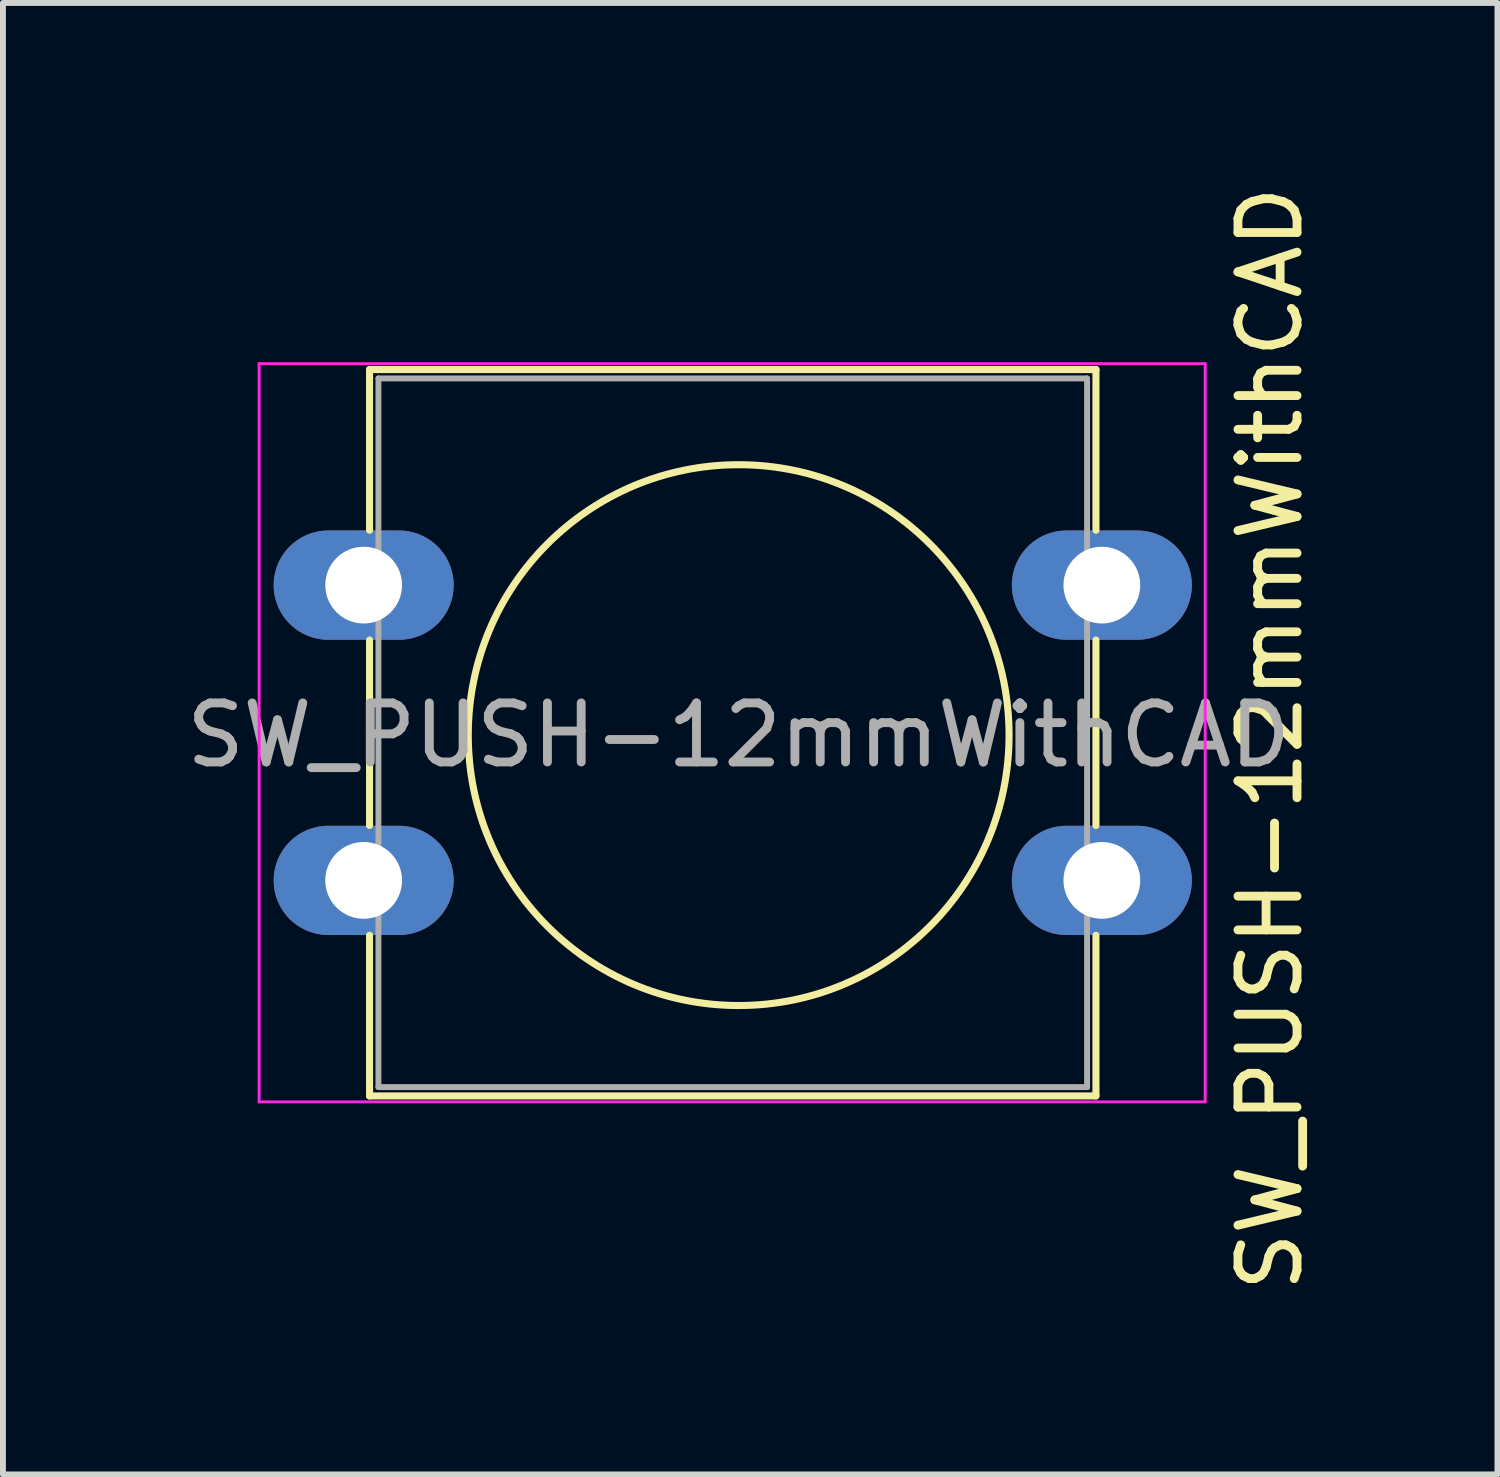
<source format=kicad_pcb>
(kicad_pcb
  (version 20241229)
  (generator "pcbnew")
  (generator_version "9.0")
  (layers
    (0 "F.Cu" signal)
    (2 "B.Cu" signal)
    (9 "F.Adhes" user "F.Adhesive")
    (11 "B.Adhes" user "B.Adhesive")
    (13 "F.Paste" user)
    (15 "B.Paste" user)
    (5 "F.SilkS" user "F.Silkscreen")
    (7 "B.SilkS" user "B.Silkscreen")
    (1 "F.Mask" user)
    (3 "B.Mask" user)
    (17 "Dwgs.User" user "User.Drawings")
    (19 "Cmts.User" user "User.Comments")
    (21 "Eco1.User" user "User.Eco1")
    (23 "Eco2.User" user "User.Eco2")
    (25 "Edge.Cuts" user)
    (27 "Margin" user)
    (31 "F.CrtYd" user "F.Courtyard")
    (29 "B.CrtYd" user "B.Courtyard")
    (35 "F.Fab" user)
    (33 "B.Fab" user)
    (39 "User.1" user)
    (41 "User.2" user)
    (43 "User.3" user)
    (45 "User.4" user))
  (footprint "SW_PUSH-12mmWithCAD"
    (layer "F.Cu")
    (at 3.108 6.858)
    (property "Reference" "SW_PUSH-12mmWithCAD" (at 15.35 2.6 90) (layer "F.SilkS") (effects (font (size 1 1) (thickness 0.15))))
    (attr through_hole)
    (fp_line (start 0.1 -3.65) (end 12.4 -3.65) (stroke (width 0.12) (type solid)) (layer "F.SilkS"))
    (fp_line (start 0.1 -0.93) (end 0.1 -3.65) (stroke (width 0.12) (type solid)) (layer "F.SilkS"))
    (fp_line (start 0.1 4.07) (end 0.1 0.93) (stroke (width 0.12) (type solid)) (layer "F.SilkS"))
    (fp_line (start 0.1 8.65) (end 0.1 5.93) (stroke (width 0.12) (type solid)) (layer "F.SilkS"))
    (fp_line (start 12.4 -3.65) (end 12.4 -0.93) (stroke (width 0.12) (type solid)) (layer "F.SilkS"))
    (fp_line (start 12.4 0.93) (end 12.4 4.07) (stroke (width 0.12) (type solid)) (layer "F.SilkS"))
    (fp_line (start 12.4 5.93) (end 12.4 8.65) (stroke (width 0.12) (type solid)) (layer "F.SilkS"))
    (fp_line (start 12.4 8.65) (end 0.1 8.65) (stroke (width 0.12) (type solid)) (layer "F.SilkS"))
    (fp_circle (center 6.35 2.54) (end 10.16 5.08) (stroke (width 0.12) (type solid)) (fill no) (layer "F.SilkS"))
    (fp_line (start -1.77 -3.75) (end -1.77 8.75) (stroke (width 0.05) (type solid)) (layer "F.CrtYd"))
    (fp_line (start -1.77 -3.75) (end 14.25 -3.75) (stroke (width 0.05) (type solid)) (layer "F.CrtYd"))
    (fp_line (start 14.25 8.75) (end -1.77 8.75) (stroke (width 0.05) (type solid)) (layer "F.CrtYd"))
    (fp_line (start 14.25 8.75) (end 14.25 -3.75) (stroke (width 0.05) (type solid)) (layer "F.CrtYd"))
    (fp_line (start 0.25 -3.5) (end 0.25 8.5) (stroke (width 0.1) (type solid)) (layer "F.Fab"))
    (fp_line (start 0.25 -3.5) (end 12.25 -3.5) (stroke (width 0.1) (type solid)) (layer "F.Fab"))
    (fp_line (start 0.25 8.5) (end 12.25 8.5) (stroke (width 0.1) (type solid)) (layer "F.Fab"))
    (fp_line (start 12.25 -3.5) (end 12.25 8.5) (stroke (width 0.1) (type solid)) (layer "F.Fab"))
    (fp_text user "${REFERENCE}" (at 6.35 2.54 0) (layer "F.Fab") (effects (font (size 1 1) (thickness 0.15))))
    (pad "1" thru_hole oval (at 0 0) (size 3.048 1.85) (drill 1.3) (layers "*.Cu" "*.Mask"))
    (pad "1" thru_hole oval (at 12.5 0) (size 3.048 1.85) (drill 1.3) (layers "*.Cu" "*.Mask"))
    (pad "2" thru_hole oval (at 0 5) (size 3.048 1.85) (drill 1.3) (layers "*.Cu" "*.Mask"))
    (pad "2" thru_hole oval (at 12.5 5) (size 3.048 1.85) (drill 1.3) (layers "*.Cu" "*.Mask")))
  (gr_rect
    (start -3 -3)
    (end 22.307 21.917)
    (stroke (width 0.1) (type default))
    (fill no)
    (layer "Edge.Cuts")))
</source>
